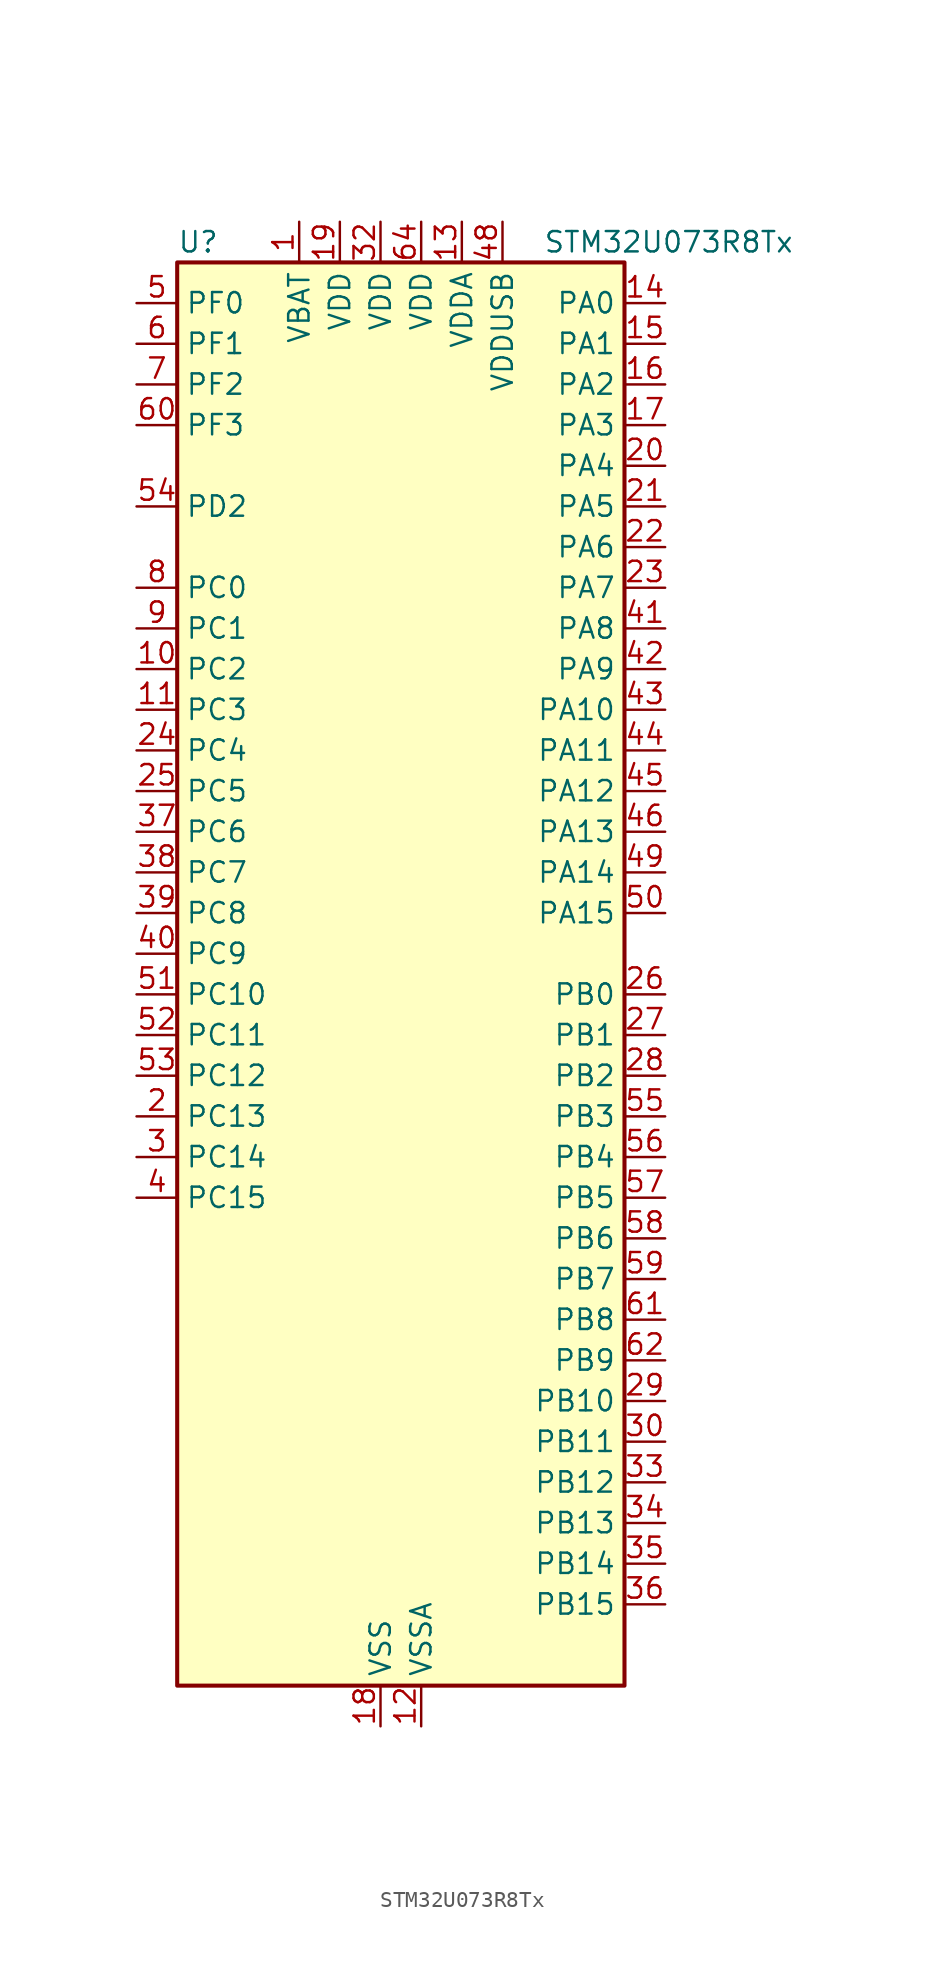
<source format=kicad_sym>
(kicad_symbol_lib
  (version 20231120)
  (generator "kicad_symbol_editor")
  (generator_version "8.99")
  (symbol "STM32U073R8Tx"
    (property "Reference" "U"
      (at -12.7 46.99 0)
      (effects (font (size 1.27 1.27)) (justify left)))
    (property "Value" "STM32U073R8Tx"
      (at 10.16 46.99 0)
      (effects (font (size 1.27 1.27)) (justify left)))
    (property "ki_locked" ""
      (at 0 0 0)
      (effects (font (size 1.27 1.27))))
    (symbol "STM32U073R8Tx_0_1"
      (rectangle (start -12.7 -43.18) (end 15.24 45.72) (stroke (width 0.254) (type default)) (fill (type background))))
    (symbol "STM32U073R8Tx_1_1"
      (pin power_in line (at -5.08 48.26 270) (length 2.54) (name "VBAT" (effects (font (size 1.27 1.27)))) (number "1" (effects (font (size 1.27 1.27)))))
      (pin bidirectional line (at -15.24 20.32 0) (length 2.54) (name "PC2" (effects (font (size 1.27 1.27)))) (number "10" (effects (font (size 1.27 1.27)))) (alternate "ADC1_IN2" bidirectional line) (alternate "LCD_BIAS3" bidirectional line) (alternate "LCD_SEG20" bidirectional line) (alternate "LPTIM1_IN2" bidirectional line) (alternate "RCC_MCO2" bidirectional line) (alternate "SPI2_MISO" bidirectional line))
      (pin bidirectional line (at -15.24 17.78 0) (length 2.54) (name "PC3" (effects (font (size 1.27 1.27)))) (number "11" (effects (font (size 1.27 1.27)))) (alternate "ADC1_IN3" bidirectional line) (alternate "LPTIM1_ETR" bidirectional line) (alternate "LPTIM2_ETR" bidirectional line) (alternate "LPTIM3_CH1" bidirectional line) (alternate "SPI2_MOSI" bidirectional line) (alternate "USART4_CK" bidirectional line))
      (pin power_in line (at 2.54 -45.72 90) (length 2.54) (name "VSSA" (effects (font (size 1.27 1.27)))) (number "12" (effects (font (size 1.27 1.27)))))
      (pin power_in line (at 5.08 48.26 270) (length 2.54) (name "VDDA" (effects (font (size 1.27 1.27)))) (number "13" (effects (font (size 1.27 1.27)))))
      (pin bidirectional line (at 17.78 43.18 180) (length 2.54) (name "PA0" (effects (font (size 1.27 1.27)))) (number "14" (effects (font (size 1.27 1.27)))) (alternate "ADC1_IN4" bidirectional line) (alternate "COMP1_INM" bidirectional line) (alternate "COMP1_OUT" bidirectional line) (alternate "LCD_SEG42" bidirectional line) (alternate "OPAMP1_VINP" bidirectional line) (alternate "PWR_WKUP1" bidirectional line) (alternate "TAMP_IN2" bidirectional line) (alternate "TIM2_CH1" bidirectional line) (alternate "TIM2_ETR" bidirectional line) (alternate "USART2_CTS" bidirectional line) (alternate "USART4_TX" bidirectional line))
      (pin bidirectional line (at 17.78 40.64 180) (length 2.54) (name "PA1" (effects (font (size 1.27 1.27)))) (number "15" (effects (font (size 1.27 1.27)))) (alternate "ADC1_IN5" bidirectional line) (alternate "COMP1_INP" bidirectional line) (alternate "LCD_SEG0" bidirectional line) (alternate "LPTIM1_CH2" bidirectional line) (alternate "OPAMP1_VINM" bidirectional line) (alternate "PWR_WKUP3" bidirectional line) (alternate "SPI1_SCK" bidirectional line) (alternate "SPI2_SCK" bidirectional line) (alternate "TAMP_IN5" bidirectional line) (alternate "TIM15_CH1N" bidirectional line) (alternate "TIM2_CH2" bidirectional line) (alternate "USART2_DE" bidirectional line) (alternate "USART2_RTS" bidirectional line) (alternate "USART4_RX" bidirectional line))
      (pin bidirectional line (at 17.78 38.1 180) (length 2.54) (name "PA2" (effects (font (size 1.27 1.27)))) (number "16" (effects (font (size 1.27 1.27)))) (alternate "ADC1_IN6" bidirectional line) (alternate "COMP2_INM" bidirectional line) (alternate "COMP2_OUT" bidirectional line) (alternate "LCD_SEG1" bidirectional line) (alternate "LPUART1_TX" bidirectional line) (alternate "PWR_WKUP4" bidirectional line) (alternate "RCC_LSCO" bidirectional line) (alternate "TIM15_CH1" bidirectional line) (alternate "TIM2_CH3" bidirectional line) (alternate "USART2_TX" bidirectional line))
      (pin bidirectional line (at 17.78 35.56 180) (length 2.54) (name "PA3" (effects (font (size 1.27 1.27)))) (number "17" (effects (font (size 1.27 1.27)))) (alternate "ADC1_IN7" bidirectional line) (alternate "COMP2_INP" bidirectional line) (alternate "LCD_SEG2" bidirectional line) (alternate "LPUART1_RX" bidirectional line) (alternate "OPAMP1_VOUT" bidirectional line) (alternate "TIM15_CH2" bidirectional line) (alternate "TIM2_CH4" bidirectional line) (alternate "USART2_RX" bidirectional line))
      (pin power_in line (at 0 -45.72 90) (length 2.54) (name "VSS" (effects (font (size 1.27 1.27)))) (number "18" (effects (font (size 1.27 1.27)))))
      (pin power_in line (at -2.54 48.26 270) (length 2.54) (name "VDD" (effects (font (size 1.27 1.27)))) (number "19" (effects (font (size 1.27 1.27)))))
      (pin bidirectional line (at -15.24 -7.62 0) (length 2.54) (name "PC13" (effects (font (size 1.27 1.27)))) (number "2" (effects (font (size 1.27 1.27)))) (alternate "LPTIM1_CH3" bidirectional line) (alternate "LPTIM3_CH3" bidirectional line) (alternate "PWR_WKUP2" bidirectional line) (alternate "RTC_OUT1" bidirectional line) (alternate "RTC_TS" bidirectional line) (alternate "TAMP_IN1" bidirectional line))
      (pin bidirectional line (at 17.78 33.02 180) (length 2.54) (name "PA4" (effects (font (size 1.27 1.27)))) (number "20" (effects (font (size 1.27 1.27)))) (alternate "ADC1_IN8" bidirectional line) (alternate "COMP1_INM" bidirectional line) (alternate "COMP2_INM" bidirectional line) (alternate "DAC1_OUT1" bidirectional line) (alternate "LCD_SEG43" bidirectional line) (alternate "LPTIM2_CH1" bidirectional line) (alternate "LPUART3_TX" bidirectional line) (alternate "SPI1_NSS" bidirectional line) (alternate "SPI3_NSS" bidirectional line) (alternate "USART2_CK" bidirectional line))
      (pin bidirectional line (at 17.78 30.48 180) (length 2.54) (name "PA5" (effects (font (size 1.27 1.27)))) (number "21" (effects (font (size 1.27 1.27)))) (alternate "ADC1_IN9" bidirectional line) (alternate "COMP1_INM" bidirectional line) (alternate "COMP2_INM" bidirectional line) (alternate "LCD_SEG44" bidirectional line) (alternate "LPTIM2_ETR" bidirectional line) (alternate "LPUART3_RX" bidirectional line) (alternate "SPI1_SCK" bidirectional line) (alternate "TIM2_CH1" bidirectional line) (alternate "TIM2_ETR" bidirectional line) (alternate "USART3_TX" bidirectional line))
      (pin bidirectional line (at 17.78 27.94 180) (length 2.54) (name "PA6" (effects (font (size 1.27 1.27)))) (number "22" (effects (font (size 1.27 1.27)))) (alternate "ADC1_IN10" bidirectional line) (alternate "COMP1_OUT" bidirectional line) (alternate "I2C2_SDA" bidirectional line) (alternate "I2C3_SDA" bidirectional line) (alternate "LCD_SEG3" bidirectional line) (alternate "LPUART1_CTS" bidirectional line) (alternate "SPI1_MISO" bidirectional line) (alternate "TIM16_CH1" bidirectional line) (alternate "TIM1_BKIN" bidirectional line) (alternate "TIM3_CH1" bidirectional line) (alternate "TSC_G5_IO1" bidirectional line) (alternate "USART3_CTS" bidirectional line))
      (pin bidirectional line (at 17.78 25.4 180) (length 2.54) (name "PA7" (effects (font (size 1.27 1.27)))) (number "23" (effects (font (size 1.27 1.27)))) (alternate "ADC1_IN14" bidirectional line) (alternate "COMP2_OUT" bidirectional line) (alternate "I2C2_SCL" bidirectional line) (alternate "I2C3_SCL" bidirectional line) (alternate "LCD_SEG4" bidirectional line) (alternate "LPTIM2_CH2" bidirectional line) (alternate "SPI1_MOSI" bidirectional line) (alternate "TIM1_CH1N" bidirectional line) (alternate "TIM3_CH2" bidirectional line) (alternate "USART3_RX" bidirectional line))
      (pin bidirectional line (at -15.24 15.24 0) (length 2.54) (name "PC4" (effects (font (size 1.27 1.27)))) (number "24" (effects (font (size 1.27 1.27)))) (alternate "ADC1_IN15" bidirectional line) (alternate "COMP1_INM" bidirectional line) (alternate "LCD_SEG22" bidirectional line) (alternate "LPUART3_TX" bidirectional line) (alternate "USART3_TX" bidirectional line))
      (pin bidirectional line (at -15.24 12.7 0) (length 2.54) (name "PC5" (effects (font (size 1.27 1.27)))) (number "25" (effects (font (size 1.27 1.27)))) (alternate "ADC1_IN16" bidirectional line) (alternate "COMP1_INP" bidirectional line) (alternate "LCD_SEG23" bidirectional line) (alternate "LPTIM3_CH3" bidirectional line) (alternate "LPUART3_RX" bidirectional line) (alternate "PWR_WKUP5" bidirectional line) (alternate "TAMP_IN4" bidirectional line) (alternate "USART3_RX" bidirectional line))
      (pin bidirectional line (at 17.78 0 180) (length 2.54) (name "PB0" (effects (font (size 1.27 1.27)))) (number "26" (effects (font (size 1.27 1.27)))) (alternate "ADC1_IN17" bidirectional line) (alternate "COMP1_OUT" bidirectional line) (alternate "LCD_SEG5" bidirectional line) (alternate "LPTIM3_CH1" bidirectional line) (alternate "LPUART2_CTS" bidirectional line) (alternate "SPI1_NSS" bidirectional line) (alternate "TIM1_CH2N" bidirectional line) (alternate "TIM3_CH3" bidirectional line) (alternate "TSC_G5_IO2" bidirectional line) (alternate "USART3_CK" bidirectional line))
      (pin bidirectional line (at 17.78 -2.54 180) (length 2.54) (name "PB1" (effects (font (size 1.27 1.27)))) (number "27" (effects (font (size 1.27 1.27)))) (alternate "ADC1_IN18" bidirectional line) (alternate "COMP1_INM" bidirectional line) (alternate "LCD_SEG6" bidirectional line) (alternate "LPTIM2_IN1" bidirectional line) (alternate "LPTIM3_CH2" bidirectional line) (alternate "LPUART1_DE" bidirectional line) (alternate "LPUART1_RTS" bidirectional line) (alternate "LPUART2_DE" bidirectional line) (alternate "LPUART2_RTS" bidirectional line) (alternate "TIM1_CH3N" bidirectional line) (alternate "TIM3_CH4" bidirectional line) (alternate "TSC_SYNC" bidirectional line) (alternate "USART3_DE" bidirectional line) (alternate "USART3_RTS" bidirectional line))
      (pin bidirectional line (at 17.78 -5.08 180) (length 2.54) (name "PB2" (effects (font (size 1.27 1.27)))) (number "28" (effects (font (size 1.27 1.27)))) (alternate "COMP1_INP" bidirectional line) (alternate "LPTIM1_CH1" bidirectional line) (alternate "RTC_OUT2" bidirectional line))
      (pin bidirectional line (at 17.78 -25.4 180) (length 2.54) (name "PB10" (effects (font (size 1.27 1.27)))) (number "29" (effects (font (size 1.27 1.27)))) (alternate "COMP1_OUT" bidirectional line) (alternate "I2C2_SCL" bidirectional line) (alternate "I2C4_SCL" bidirectional line) (alternate "LCD_SEG10" bidirectional line) (alternate "LPTIM3_CH1" bidirectional line) (alternate "LPUART1_RX" bidirectional line) (alternate "LPUART2_RX" bidirectional line) (alternate "SPI2_SCK" bidirectional line) (alternate "TIM2_CH3" bidirectional line) (alternate "TSC_G5_IO3" bidirectional line) (alternate "USART3_TX" bidirectional line))
      (pin bidirectional line (at -15.24 -10.16 0) (length 2.54) (name "PC14" (effects (font (size 1.27 1.27)))) (number "3" (effects (font (size 1.27 1.27)))) (alternate "RCC_OSC32_IN" bidirectional line))
      (pin bidirectional line (at 17.78 -27.94 180) (length 2.54) (name "PB11" (effects (font (size 1.27 1.27)))) (number "30" (effects (font (size 1.27 1.27)))) (alternate "ADC1_EXTI11" bidirectional line) (alternate "COMP2_OUT" bidirectional line) (alternate "I2C2_SDA" bidirectional line) (alternate "I2C4_SDA" bidirectional line) (alternate "LCD_SEG11" bidirectional line) (alternate "LPUART1_TX" bidirectional line) (alternate "LPUART2_TX" bidirectional line) (alternate "TIM2_CH4" bidirectional line) (alternate "TSC_G5_IO4" bidirectional line) (alternate "USART3_RX" bidirectional line))
      (pin passive line (at 0 -45.72 90) (length 2.54) hide (name "VSS" (effects (font (size 1.27 1.27)))) (number "31" (effects (font (size 1.27 1.27)))))
      (pin power_in line (at 0 48.26 270) (length 2.54) (name "VDD" (effects (font (size 1.27 1.27)))) (number "32" (effects (font (size 1.27 1.27)))))
      (pin bidirectional line (at 17.78 -30.48 180) (length 2.54) (name "PB12" (effects (font (size 1.27 1.27)))) (number "33" (effects (font (size 1.27 1.27)))) (alternate "LCD_SEG12" bidirectional line) (alternate "LPUART1_DE" bidirectional line) (alternate "LPUART1_RTS" bidirectional line) (alternate "SPI2_NSS" bidirectional line) (alternate "TIM15_BKIN" bidirectional line) (alternate "TIM1_BKIN" bidirectional line) (alternate "TSC_G1_IO1" bidirectional line) (alternate "USART3_CK" bidirectional line))
      (pin bidirectional line (at 17.78 -33.02 180) (length 2.54) (name "PB13" (effects (font (size 1.27 1.27)))) (number "34" (effects (font (size 1.27 1.27)))) (alternate "I2C2_SCL" bidirectional line) (alternate "LCD_SEG13" bidirectional line) (alternate "LPTIM3_IN1" bidirectional line) (alternate "LPUART1_CTS" bidirectional line) (alternate "SPI2_SCK" bidirectional line) (alternate "TIM15_CH1N" bidirectional line) (alternate "TIM1_CH1N" bidirectional line) (alternate "TSC_G1_IO2" bidirectional line) (alternate "USART3_CTS" bidirectional line))
      (pin bidirectional line (at 17.78 -35.56 180) (length 2.54) (name "PB14" (effects (font (size 1.27 1.27)))) (number "35" (effects (font (size 1.27 1.27)))) (alternate "I2C2_SDA" bidirectional line) (alternate "LCD_SEG14" bidirectional line) (alternate "LPTIM3_ETR" bidirectional line) (alternate "SPI2_MISO" bidirectional line) (alternate "TIM15_CH1" bidirectional line) (alternate "TIM1_CH2N" bidirectional line) (alternate "TSC_G1_IO3" bidirectional line) (alternate "USART3_DE" bidirectional line) (alternate "USART3_RTS" bidirectional line))
      (pin bidirectional line (at 17.78 -38.1 180) (length 2.54) (name "PB15" (effects (font (size 1.27 1.27)))) (number "36" (effects (font (size 1.27 1.27)))) (alternate "LCD_SEG15" bidirectional line) (alternate "PWR_WKUP7" bidirectional line) (alternate "RTC_REFIN" bidirectional line) (alternate "SPI2_MOSI" bidirectional line) (alternate "TAMP_IN3" bidirectional line) (alternate "TIM15_CH2" bidirectional line) (alternate "TIM1_CH3N" bidirectional line) (alternate "TSC_G1_IO4" bidirectional line))
      (pin bidirectional line (at -15.24 10.16 0) (length 2.54) (name "PC6" (effects (font (size 1.27 1.27)))) (number "37" (effects (font (size 1.27 1.27)))) (alternate "COMP1_INP" bidirectional line) (alternate "LCD_SEG24" bidirectional line) (alternate "LPUART2_TX" bidirectional line) (alternate "TIM3_CH1" bidirectional line) (alternate "TSC_G4_IO1" bidirectional line))
      (pin bidirectional line (at -15.24 7.62 0) (length 2.54) (name "PC7" (effects (font (size 1.27 1.27)))) (number "38" (effects (font (size 1.27 1.27)))) (alternate "LCD_SEG25" bidirectional line) (alternate "LPTIM2_CH2" bidirectional line) (alternate "LPTIM3_CH4" bidirectional line) (alternate "LPUART2_RX" bidirectional line) (alternate "TIM3_CH2" bidirectional line) (alternate "TSC_G4_IO2" bidirectional line))
      (pin bidirectional line (at -15.24 5.08 0) (length 2.54) (name "PC8" (effects (font (size 1.27 1.27)))) (number "39" (effects (font (size 1.27 1.27)))) (alternate "LCD_SEG26" bidirectional line) (alternate "LPTIM3_CH1" bidirectional line) (alternate "TIM3_CH3" bidirectional line) (alternate "TSC_G4_IO3" bidirectional line))
      (pin bidirectional line (at -15.24 -12.7 0) (length 2.54) (name "PC15" (effects (font (size 1.27 1.27)))) (number "4" (effects (font (size 1.27 1.27)))) (alternate "RCC_OSC32_EN" bidirectional line) (alternate "RCC_OSC32_OUT" bidirectional line) (alternate "RCC_OSC_EN" bidirectional line))
      (pin bidirectional line (at -15.24 2.54 0) (length 2.54) (name "PC9" (effects (font (size 1.27 1.27)))) (number "40" (effects (font (size 1.27 1.27)))) (alternate "DAC1_EXTI9" bidirectional line) (alternate "LCD_SEG27" bidirectional line) (alternate "LPTIM3_CH2" bidirectional line) (alternate "TIM3_CH4" bidirectional line) (alternate "TSC_G4_IO4" bidirectional line) (alternate "USB_NOE" bidirectional line))
      (pin bidirectional line (at 17.78 22.86 180) (length 2.54) (name "PA8" (effects (font (size 1.27 1.27)))) (number "41" (effects (font (size 1.27 1.27)))) (alternate "LCD_COM0" bidirectional line) (alternate "LPTIM2_CH1" bidirectional line) (alternate "RCC_MCO" bidirectional line) (alternate "RCC_MCO2" bidirectional line) (alternate "TIM1_CH1" bidirectional line) (alternate "TSC_G7_IO1" bidirectional line) (alternate "USART1_CK" bidirectional line))
      (pin bidirectional line (at 17.78 20.32 180) (length 2.54) (name "PA9" (effects (font (size 1.27 1.27)))) (number "42" (effects (font (size 1.27 1.27)))) (alternate "COMP1_INP" bidirectional line) (alternate "DAC1_EXTI9" bidirectional line) (alternate "I2C1_SCL" bidirectional line) (alternate "I2C2_SCL" bidirectional line) (alternate "LCD_COM1" bidirectional line) (alternate "RCC_MCO" bidirectional line) (alternate "TIM15_BKIN" bidirectional line) (alternate "TIM1_CH2" bidirectional line) (alternate "TSC_G7_IO2" bidirectional line) (alternate "USART1_TX" bidirectional line))
      (pin bidirectional line (at 17.78 17.78 180) (length 2.54) (name "PA10" (effects (font (size 1.27 1.27)))) (number "43" (effects (font (size 1.27 1.27)))) (alternate "CRS_SYNC" bidirectional line) (alternate "I2C1_SDA" bidirectional line) (alternate "I2C2_SDA" bidirectional line) (alternate "LCD_COM2" bidirectional line) (alternate "RCC_MCO2" bidirectional line) (alternate "SPI2_NSS" bidirectional line) (alternate "TIM1_CH3" bidirectional line) (alternate "TSC_G7_IO3" bidirectional line) (alternate "USART1_RX" bidirectional line))
      (pin bidirectional line (at 17.78 15.24 180) (length 2.54) (name "PA11" (effects (font (size 1.27 1.27)))) (number "44" (effects (font (size 1.27 1.27)))) (alternate "ADC1_EXTI11" bidirectional line) (alternate "COMP1_OUT" bidirectional line) (alternate "SPI1_MISO" bidirectional line) (alternate "SPI2_MISO" bidirectional line) (alternate "TIM1_BKIN2" bidirectional line) (alternate "TIM1_CH4" bidirectional line) (alternate "USART1_CTS" bidirectional line) (alternate "USB_DM" bidirectional line))
      (pin bidirectional line (at 17.78 12.7 180) (length 2.54) (name "PA12" (effects (font (size 1.27 1.27)))) (number "45" (effects (font (size 1.27 1.27)))) (alternate "SPI1_MOSI" bidirectional line) (alternate "SPI2_MOSI" bidirectional line) (alternate "TIM1_ETR" bidirectional line) (alternate "USART1_DE" bidirectional line) (alternate "USART1_RTS" bidirectional line) (alternate "USB_DP" bidirectional line))
      (pin bidirectional line (at 17.78 10.16 180) (length 2.54) (name "PA13" (effects (font (size 1.27 1.27)))) (number "46" (effects (font (size 1.27 1.27)))) (alternate "DEBUG_JTMS-SWDIO" bidirectional line) (alternate "IR_OUT" bidirectional line) (alternate "LCD_SEG40" bidirectional line) (alternate "TSC_G7_IO4" bidirectional line) (alternate "USB_NOE" bidirectional line))
      (pin passive line (at 0 -45.72 90) (length 2.54) hide (name "VSS" (effects (font (size 1.27 1.27)))) (number "47" (effects (font (size 1.27 1.27)))))
      (pin power_in line (at 7.62 48.26 270) (length 2.54) (name "VDDUSB" (effects (font (size 1.27 1.27)))) (number "48" (effects (font (size 1.27 1.27)))))
      (pin bidirectional line (at 17.78 7.62 180) (length 2.54) (name "PA14" (effects (font (size 1.27 1.27)))) (number "49" (effects (font (size 1.27 1.27)))) (alternate "DEBUG_JTCK-SWCLK" bidirectional line) (alternate "LCD_SEG41" bidirectional line) (alternate "LPTIM1_CH1" bidirectional line) (alternate "TSC_G3_IO4" bidirectional line))
      (pin bidirectional line (at -15.24 43.18 0) (length 2.54) (name "PF0" (effects (font (size 1.27 1.27)))) (number "5" (effects (font (size 1.27 1.27)))) (alternate "RCC_OSC_IN" bidirectional line))
      (pin bidirectional line (at 17.78 5.08 180) (length 2.54) (name "PA15" (effects (font (size 1.27 1.27)))) (number "50" (effects (font (size 1.27 1.27)))) (alternate "DEBUG_JTDI" bidirectional line) (alternate "LCD_SEG17" bidirectional line) (alternate "LPTIM3_CH3" bidirectional line) (alternate "LPTIM3_IN2" bidirectional line) (alternate "SPI1_NSS" bidirectional line) (alternate "SPI3_NSS" bidirectional line) (alternate "TIM2_CH1" bidirectional line) (alternate "TIM2_ETR" bidirectional line) (alternate "TSC_G3_IO1" bidirectional line) (alternate "USART2_RX" bidirectional line) (alternate "USART3_DE" bidirectional line) (alternate "USART3_RTS" bidirectional line) (alternate "USART4_DE" bidirectional line) (alternate "USART4_RTS" bidirectional line))
      (pin bidirectional line (at -15.24 0 0) (length 2.54) (name "PC10" (effects (font (size 1.27 1.27)))) (number "51" (effects (font (size 1.27 1.27)))) (alternate "LCD_COM4" bidirectional line) (alternate "LCD_SEG28" bidirectional line) (alternate "LCD_SEG48" bidirectional line) (alternate "LPTIM3_ETR" bidirectional line) (alternate "SPI3_SCK" bidirectional line) (alternate "TSC_G3_IO2" bidirectional line) (alternate "USART3_TX" bidirectional line) (alternate "USART4_TX" bidirectional line))
      (pin bidirectional line (at -15.24 -2.54 0) (length 2.54) (name "PC11" (effects (font (size 1.27 1.27)))) (number "52" (effects (font (size 1.27 1.27)))) (alternate "ADC1_EXTI11" bidirectional line) (alternate "LCD_COM5" bidirectional line) (alternate "LCD_SEG29" bidirectional line) (alternate "LCD_SEG49" bidirectional line) (alternate "LPTIM3_IN1" bidirectional line) (alternate "SPI3_MISO" bidirectional line) (alternate "TSC_G3_IO3" bidirectional line) (alternate "USART3_RX" bidirectional line) (alternate "USART4_RX" bidirectional line))
      (pin bidirectional line (at -15.24 -5.08 0) (length 2.54) (name "PC12" (effects (font (size 1.27 1.27)))) (number "53" (effects (font (size 1.27 1.27)))) (alternate "LCD_COM6" bidirectional line) (alternate "LCD_SEG30" bidirectional line) (alternate "LCD_SEG50" bidirectional line) (alternate "LPTIM3_CH3" bidirectional line) (alternate "SPI3_MOSI" bidirectional line) (alternate "USART3_CK" bidirectional line) (alternate "USART4_CK" bidirectional line))
      (pin bidirectional line (at -15.24 30.48 0) (length 2.54) (name "PD2" (effects (font (size 1.27 1.27)))) (number "54" (effects (font (size 1.27 1.27)))) (alternate "LCD_COM7" bidirectional line) (alternate "LCD_SEG31" bidirectional line) (alternate "LCD_SEG51" bidirectional line) (alternate "TIM3_ETR" bidirectional line) (alternate "TSC_SYNC" bidirectional line) (alternate "USART3_DE" bidirectional line) (alternate "USART3_RTS" bidirectional line))
      (pin bidirectional line (at 17.78 -7.62 180) (length 2.54) (name "PB3" (effects (font (size 1.27 1.27)))) (number "55" (effects (font (size 1.27 1.27)))) (alternate "COMP2_INM" bidirectional line) (alternate "DEBUG_JTDO-SWO" bidirectional line) (alternate "I2C2_SCL" bidirectional line) (alternate "I2C3_SCL" bidirectional line) (alternate "LCD_SEG7" bidirectional line) (alternate "LPTIM1_CH3" bidirectional line) (alternate "SPI1_SCK" bidirectional line) (alternate "SPI3_SCK" bidirectional line) (alternate "TIM2_CH2" bidirectional line) (alternate "USART1_DE" bidirectional line) (alternate "USART1_RTS" bidirectional line))
      (pin bidirectional line (at 17.78 -10.16 180) (length 2.54) (name "PB4" (effects (font (size 1.27 1.27)))) (number "56" (effects (font (size 1.27 1.27)))) (alternate "COMP2_INP" bidirectional line) (alternate "I2C2_SDA" bidirectional line) (alternate "I2C3_SDA" bidirectional line) (alternate "LCD_SEG8" bidirectional line) (alternate "LPTIM1_CH4" bidirectional line) (alternate "LPUART3_DE" bidirectional line) (alternate "LPUART3_RTS" bidirectional line) (alternate "SPI1_MISO" bidirectional line) (alternate "SPI3_MISO" bidirectional line) (alternate "TIM3_CH1" bidirectional line) (alternate "TSC_G2_IO1" bidirectional line) (alternate "USART1_CTS" bidirectional line))
      (pin bidirectional line (at 17.78 -12.7 180) (length 2.54) (name "PB5" (effects (font (size 1.27 1.27)))) (number "57" (effects (font (size 1.27 1.27)))) (alternate "COMP2_OUT" bidirectional line) (alternate "LCD_SEG9" bidirectional line) (alternate "LPTIM1_IN1" bidirectional line) (alternate "LPUART3_CTS" bidirectional line) (alternate "SPI1_MOSI" bidirectional line) (alternate "SPI3_MOSI" bidirectional line) (alternate "TIM16_BKIN" bidirectional line) (alternate "TIM3_CH2" bidirectional line) (alternate "TSC_G2_IO2" bidirectional line) (alternate "USART1_CK" bidirectional line))
      (pin bidirectional line (at 17.78 -15.24 180) (length 2.54) (name "PB6" (effects (font (size 1.27 1.27)))) (number "58" (effects (font (size 1.27 1.27)))) (alternate "COMP2_INP" bidirectional line) (alternate "I2C1_SCL" bidirectional line) (alternate "I2C2_SCL" bidirectional line) (alternate "I2C4_SCL" bidirectional line) (alternate "LPTIM1_ETR" bidirectional line) (alternate "LPUART2_TX" bidirectional line) (alternate "LPUART3_TX" bidirectional line) (alternate "TIM16_CH1N" bidirectional line) (alternate "TSC_G2_IO3" bidirectional line) (alternate "USART1_TX" bidirectional line))
      (pin bidirectional line (at 17.78 -17.78 180) (length 2.54) (name "PB7" (effects (font (size 1.27 1.27)))) (number "59" (effects (font (size 1.27 1.27)))) (alternate "COMP2_INM" bidirectional line) (alternate "I2C1_SDA" bidirectional line) (alternate "I2C2_SDA" bidirectional line) (alternate "I2C4_SDA" bidirectional line) (alternate "LCD_SEG21" bidirectional line) (alternate "LPTIM1_IN2" bidirectional line) (alternate "LPUART2_RX" bidirectional line) (alternate "LPUART3_RX" bidirectional line) (alternate "PWR_PVD_IN" bidirectional line) (alternate "TSC_G2_IO4" bidirectional line) (alternate "USART1_RX" bidirectional line) (alternate "USART4_CTS" bidirectional line))
      (pin bidirectional line (at -15.24 40.64 0) (length 2.54) (name "PF1" (effects (font (size 1.27 1.27)))) (number "6" (effects (font (size 1.27 1.27)))) (alternate "RCC_OSC_EN" bidirectional line) (alternate "RCC_OSC_OUT" bidirectional line))
      (pin bidirectional line (at -15.24 35.56 0) (length 2.54) (name "PF3" (effects (font (size 1.27 1.27)))) (number "60" (effects (font (size 1.27 1.27)))))
      (pin bidirectional line (at 17.78 -20.32 180) (length 2.54) (name "PB8" (effects (font (size 1.27 1.27)))) (number "61" (effects (font (size 1.27 1.27)))) (alternate "I2C1_SCL" bidirectional line) (alternate "I2C2_SCL" bidirectional line) (alternate "LCD_SEG16" bidirectional line) (alternate "LPTIM1_IN2" bidirectional line) (alternate "LPTIM3_IN2" bidirectional line) (alternate "TIM16_CH1" bidirectional line) (alternate "USART3_TX" bidirectional line))
      (pin bidirectional line (at 17.78 -22.86 180) (length 2.54) (name "PB9" (effects (font (size 1.27 1.27)))) (number "62" (effects (font (size 1.27 1.27)))) (alternate "DAC1_EXTI9" bidirectional line) (alternate "I2C1_SDA" bidirectional line) (alternate "I2C2_SDA" bidirectional line) (alternate "IR_OUT" bidirectional line) (alternate "LCD_COM3" bidirectional line) (alternate "LPTIM1_CH4" bidirectional line) (alternate "LPTIM3_CH4" bidirectional line) (alternate "SPI2_NSS" bidirectional line) (alternate "USART3_RX" bidirectional line))
      (pin passive line (at 0 -45.72 90) (length 2.54) hide (name "VSS" (effects (font (size 1.27 1.27)))) (number "63" (effects (font (size 1.27 1.27)))))
      (pin power_in line (at 2.54 48.26 270) (length 2.54) (name "VDD" (effects (font (size 1.27 1.27)))) (number "64" (effects (font (size 1.27 1.27)))))
      (pin bidirectional line (at -15.24 38.1 0) (length 2.54) (name "PF2" (effects (font (size 1.27 1.27)))) (number "7" (effects (font (size 1.27 1.27)))) (alternate "RCC_MCO" bidirectional line))
      (pin bidirectional line (at -15.24 25.4 0) (length 2.54) (name "PC0" (effects (font (size 1.27 1.27)))) (number "8" (effects (font (size 1.27 1.27)))) (alternate "ADC1_IN0" bidirectional line) (alternate "I2C3_SCL" bidirectional line) (alternate "I2C4_SCL" bidirectional line) (alternate "LCD_BIAS1" bidirectional line) (alternate "LCD_SEG18" bidirectional line) (alternate "LPTIM1_IN1" bidirectional line) (alternate "LPTIM2_IN1" bidirectional line) (alternate "LPUART1_RX" bidirectional line) (alternate "LPUART2_TX" bidirectional line))
      (pin bidirectional line (at -15.24 22.86 0) (length 2.54) (name "PC1" (effects (font (size 1.27 1.27)))) (number "9" (effects (font (size 1.27 1.27)))) (alternate "ADC1_IN1" bidirectional line) (alternate "I2C3_SDA" bidirectional line) (alternate "I2C4_SDA" bidirectional line) (alternate "LCD_BIAS2" bidirectional line) (alternate "LCD_SEG19" bidirectional line) (alternate "LPTIM1_CH1" bidirectional line) (alternate "LPUART1_TX" bidirectional line) (alternate "LPUART2_RX" bidirectional line)))))
</source>
